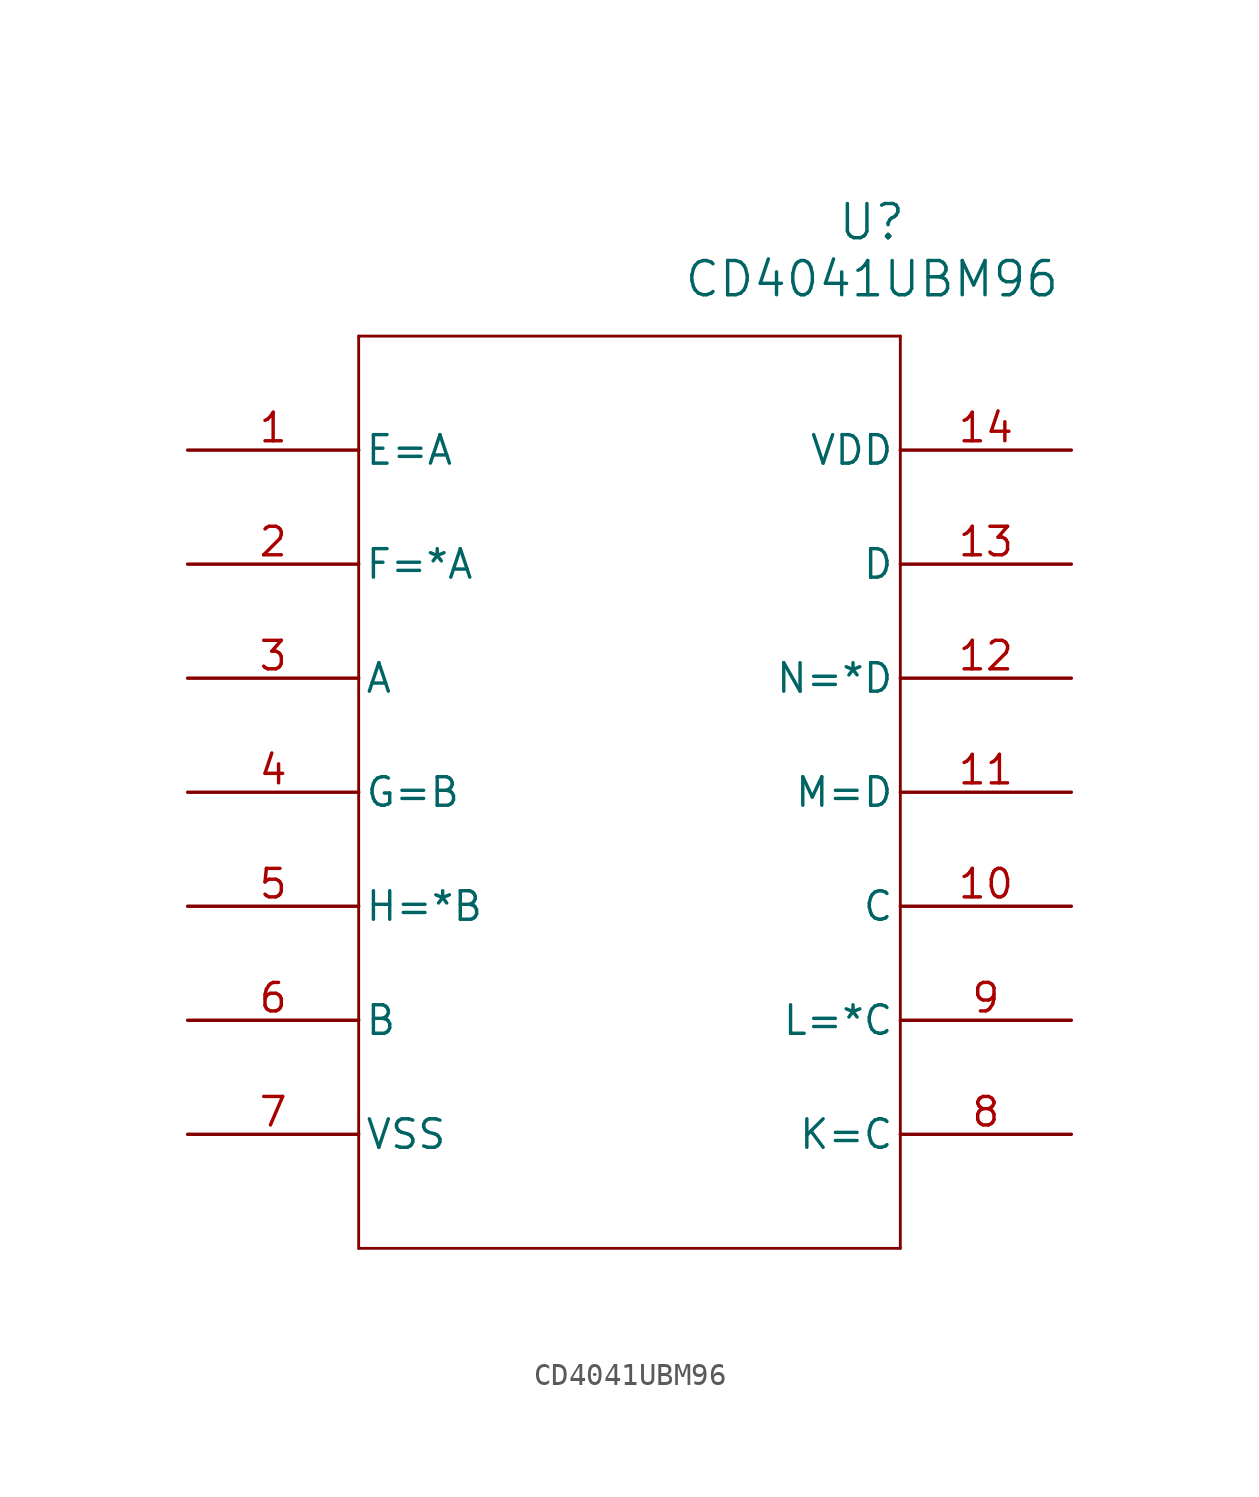
<source format=kicad_sym>
(kicad_symbol_lib
  (version 20220914)
  (generator kicad_symbol_editor)
  (symbol "CD4041UBM96"
    (pin_names
      (offset 0.254))
    (property "Reference" "U"
      (at 30.48 10.16 0)
      (effects (font (size 1.524 1.524))))
    (property "Value" "CD4041UBM96"
      (at 30.48 7.62 0)
      (effects (font (size 1.524 1.524))))
    (property "ki_locked" ""
      (at 0 0 0)
      (effects (font (size 1.27 1.27))))
    (symbol "CD4041UBM96_0_1"
      (polyline (pts (xy 7.62 -35.56) (xy 31.75 -35.56)) (stroke (width 0.127) (type default)) (fill (type none)))
      (polyline (pts (xy 7.62 5.08) (xy 7.62 -35.56)) (stroke (width 0.127) (type default)) (fill (type none)))
      (polyline (pts (xy 31.75 -35.56) (xy 31.75 5.08)) (stroke (width 0.127) (type default)) (fill (type none)))
      (polyline (pts (xy 31.75 5.08) (xy 7.62 5.08)) (stroke (width 0.127) (type default)) (fill (type none)))
      (pin unspecified line (at 0 0 0) (length 7.62) (name "E=A" (effects (font (size 1.27 1.27)))) (number "1" (effects (font (size 1.27 1.27)))))
      (pin unspecified line (at 39.37 -20.32 180) (length 7.62) (name "C" (effects (font (size 1.27 1.27)))) (number "10" (effects (font (size 1.27 1.27)))))
      (pin unspecified line (at 39.37 -15.24 180) (length 7.62) (name "M=D" (effects (font (size 1.27 1.27)))) (number "11" (effects (font (size 1.27 1.27)))))
      (pin unspecified line (at 39.37 -10.16 180) (length 7.62) (name "N=*D" (effects (font (size 1.27 1.27)))) (number "12" (effects (font (size 1.27 1.27)))))
      (pin unspecified line (at 39.37 -5.08 180) (length 7.62) (name "D" (effects (font (size 1.27 1.27)))) (number "13" (effects (font (size 1.27 1.27)))))
      (pin power_in line (at 39.37 0 180) (length 7.62) (name "VDD" (effects (font (size 1.27 1.27)))) (number "14" (effects (font (size 1.27 1.27)))))
      (pin unspecified line (at 0 -5.08 0) (length 7.62) (name "F=*A" (effects (font (size 1.27 1.27)))) (number "2" (effects (font (size 1.27 1.27)))))
      (pin unspecified line (at 0 -10.16 0) (length 7.62) (name "A" (effects (font (size 1.27 1.27)))) (number "3" (effects (font (size 1.27 1.27)))))
      (pin unspecified line (at 0 -15.24 0) (length 7.62) (name "G=B" (effects (font (size 1.27 1.27)))) (number "4" (effects (font (size 1.27 1.27)))))
      (pin unspecified line (at 0 -20.32 0) (length 7.62) (name "H=*B" (effects (font (size 1.27 1.27)))) (number "5" (effects (font (size 1.27 1.27)))))
      (pin unspecified line (at 0 -25.4 0) (length 7.62) (name "B" (effects (font (size 1.27 1.27)))) (number "6" (effects (font (size 1.27 1.27)))))
      (pin power_in line (at 0 -30.48 0) (length 7.62) (name "VSS" (effects (font (size 1.27 1.27)))) (number "7" (effects (font (size 1.27 1.27)))))
      (pin unspecified line (at 39.37 -30.48 180) (length 7.62) (name "K=C" (effects (font (size 1.27 1.27)))) (number "8" (effects (font (size 1.27 1.27)))))
      (pin unspecified line (at 39.37 -25.4 180) (length 7.62) (name "L=*C" (effects (font (size 1.27 1.27)))) (number "9" (effects (font (size 1.27 1.27))))))))
</source>
